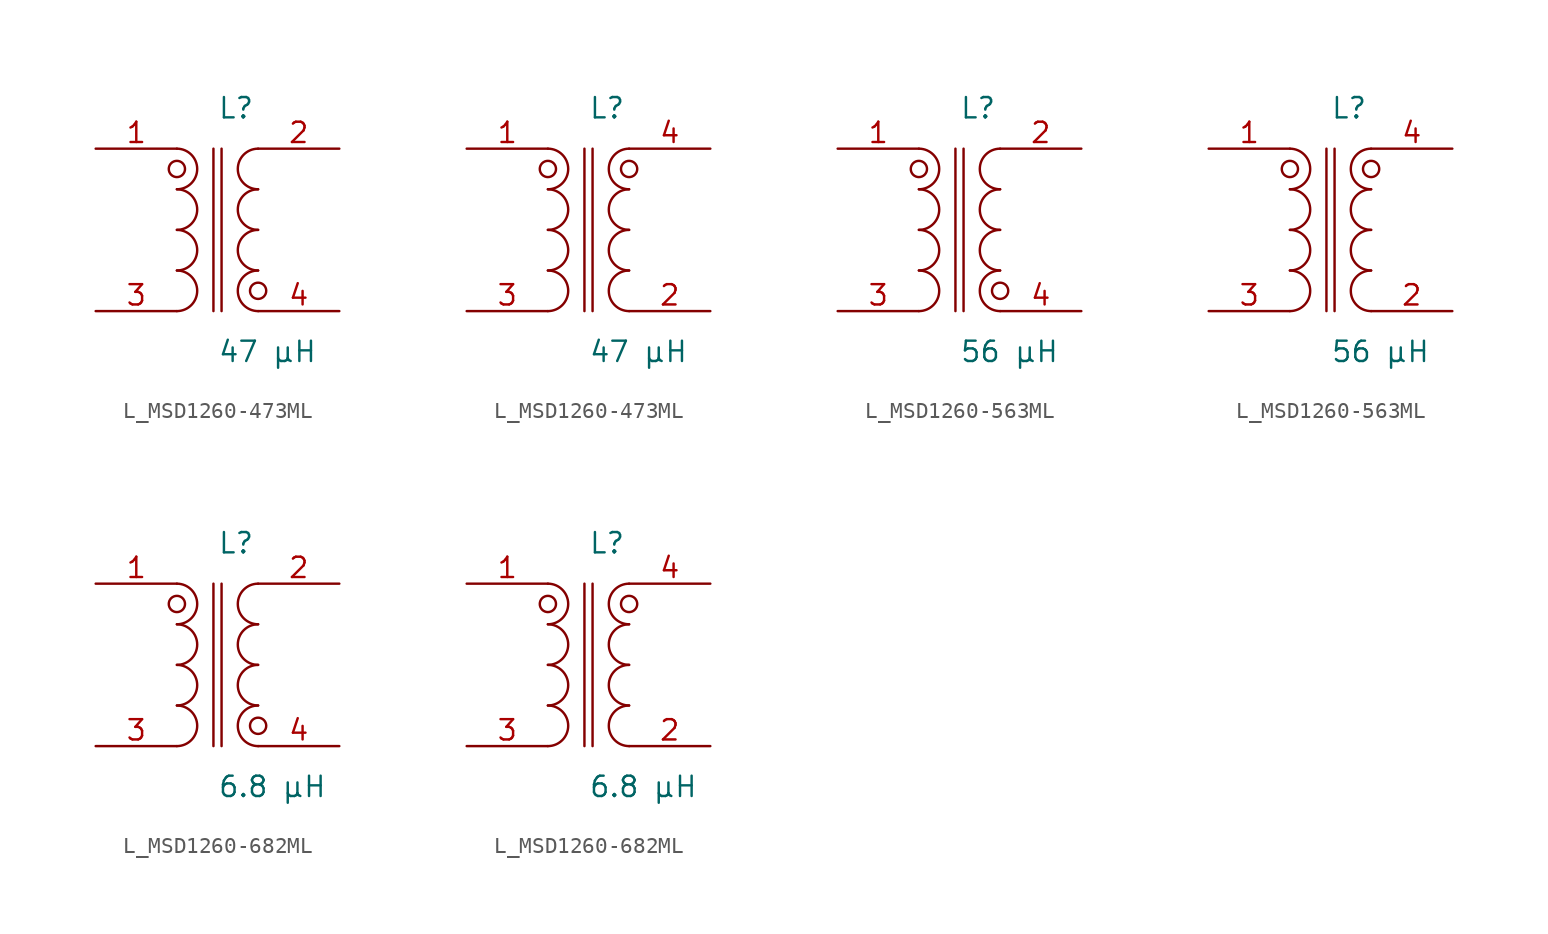
<source format=kicad_sym>
(kicad_symbol_lib
  (version 20231120)
  (generator kicad_symbol_editor)
  (generator_version 8.0)
  (symbol "L_MSD1260-473ML"
    (pin_names
      (offset 0.254))
    (property "Reference" "L"
      (at 0.0 7.62 0)
      (effects (font (size 1.27 1.27)) (justify left)))
    (property "Value" "47 µH"
      (at 0.0 -7.62 0)
      (effects (font (size 1.27 1.27)) (justify left)))
    (symbol "L_MSD1260-473ML_1_1"
      (arc (start -2.54 -5.08) (mid -1.27 -3.81) (end -2.54 -2.54) (stroke (width 0) (type default)) (fill (type none)))
      (arc (start -2.54 -2.54) (mid -1.27 -1.27) (end -2.54 0.0) (stroke (width 0) (type default)) (fill (type none)))
      (arc (start -2.54 0.0) (mid -1.27 1.27) (end -2.54 2.54) (stroke (width 0) (type default)) (fill (type none)))
      (arc (start -2.54 2.54) (mid -1.27 3.81) (end -2.54 5.08) (stroke (width 0) (type default)) (fill (type none)))
      (arc (start 2.54 -5.08) (mid 1.27 -3.81) (end 2.54 -2.54) (stroke (width 0) (type default)) (fill (type none)))
      (arc (start 2.54 -2.54) (mid 1.27 -1.27) (end 2.54 0.0) (stroke (width 0) (type default)) (fill (type none)))
      (arc (start 2.54 0.0) (mid 1.27 1.27) (end 2.54 2.54) (stroke (width 0) (type default)) (fill (type none)))
      (arc (start 2.54 2.54) (mid 1.27 3.81) (end 2.54 5.08) (stroke (width 0) (type default)) (fill (type none)))
      (circle (center -2.54 3.81) (radius 0.508) (stroke (width 0) (type default)) (fill (type none)))
      (circle (center 2.54 -3.81) (radius 0.508) (stroke (width 0) (type default)) (fill (type none)))
      (polyline (pts (xy -0.254 5.08) (xy -0.254 -5.08)) (stroke (width 0) (type default)) (fill (type none)))
      (polyline (pts (xy 0.254 5.08) (xy 0.254 -5.08)) (stroke (width 0) (type default)) (fill (type none)))
      (pin unspecified line (at -7.62 5.08 0) (length 5.08) (name "" (effects (font (size 1.27 1.27)))) (number "1" (effects (font (size 1.27 1.27)))))
      (pin unspecified line (at -7.62 -5.08 0) (length 5.08) (name "" (effects (font (size 1.27 1.27)))) (number "3" (effects (font (size 1.27 1.27)))))
      (pin unspecified line (at 7.62 5.08 180) (length 5.08) (name "" (effects (font (size 1.27 1.27)))) (number "2" (effects (font (size 1.27 1.27)))))
      (pin unspecified line (at 7.62 -5.08 180) (length 5.08) (name "" (effects (font (size 1.27 1.27)))) (number "4" (effects (font (size 1.27 1.27))))))
    (symbol "L_MSD1260-473ML_1_2"
      (arc (start -2.54 -5.08) (mid -1.27 -3.81) (end -2.54 -2.54) (stroke (width 0) (type default)) (fill (type none)))
      (arc (start -2.54 -2.54) (mid -1.27 -1.27) (end -2.54 0.0) (stroke (width 0) (type default)) (fill (type none)))
      (arc (start -2.54 0.0) (mid -1.27 1.27) (end -2.54 2.54) (stroke (width 0) (type default)) (fill (type none)))
      (arc (start -2.54 2.54) (mid -1.27 3.81) (end -2.54 5.08) (stroke (width 0) (type default)) (fill (type none)))
      (arc (start 2.54 -5.08) (mid 1.27 -3.81) (end 2.54 -2.54) (stroke (width 0) (type default)) (fill (type none)))
      (arc (start 2.54 -2.54) (mid 1.27 -1.27) (end 2.54 0.0) (stroke (width 0) (type default)) (fill (type none)))
      (arc (start 2.54 0.0) (mid 1.27 1.27) (end 2.54 2.54) (stroke (width 0) (type default)) (fill (type none)))
      (arc (start 2.54 2.54) (mid 1.27 3.81) (end 2.54 5.08) (stroke (width 0) (type default)) (fill (type none)))
      (circle (center -2.54 3.81) (radius 0.508) (stroke (width 0) (type default)) (fill (type none)))
      (circle (center 2.54 3.81) (radius 0.508) (stroke (width 0) (type default)) (fill (type none)))
      (polyline (pts (xy -0.254 5.08) (xy -0.254 -5.08)) (stroke (width 0) (type default)) (fill (type none)))
      (polyline (pts (xy 0.254 5.08) (xy 0.254 -5.08)) (stroke (width 0) (type default)) (fill (type none)))
      (pin unspecified line (at -7.62 5.08 0) (length 5.08) (name "" (effects (font (size 1.27 1.27)))) (number "1" (effects (font (size 1.27 1.27)))))
      (pin unspecified line (at -7.62 -5.08 0) (length 5.08) (name "" (effects (font (size 1.27 1.27)))) (number "3" (effects (font (size 1.27 1.27)))))
      (pin unspecified line (at 7.62 -5.08 180) (length 5.08) (name "" (effects (font (size 1.27 1.27)))) (number "2" (effects (font (size 1.27 1.27)))))
      (pin unspecified line (at 7.62 5.08 180) (length 5.08) (name "" (effects (font (size 1.27 1.27)))) (number "4" (effects (font (size 1.27 1.27)))))))
  (symbol "L_MSD1260-563ML"
    (pin_names
      (offset 0.254))
    (property "Reference" "L"
      (at 0.0 7.62 0)
      (effects (font (size 1.27 1.27)) (justify left)))
    (property "Value" "56 µH"
      (at 0.0 -7.62 0)
      (effects (font (size 1.27 1.27)) (justify left)))
    (symbol "L_MSD1260-563ML_1_1"
      (arc (start -2.54 -5.08) (mid -1.27 -3.81) (end -2.54 -2.54) (stroke (width 0) (type default)) (fill (type none)))
      (arc (start -2.54 -2.54) (mid -1.27 -1.27) (end -2.54 0.0) (stroke (width 0) (type default)) (fill (type none)))
      (arc (start -2.54 0.0) (mid -1.27 1.27) (end -2.54 2.54) (stroke (width 0) (type default)) (fill (type none)))
      (arc (start -2.54 2.54) (mid -1.27 3.81) (end -2.54 5.08) (stroke (width 0) (type default)) (fill (type none)))
      (arc (start 2.54 -5.08) (mid 1.27 -3.81) (end 2.54 -2.54) (stroke (width 0) (type default)) (fill (type none)))
      (arc (start 2.54 -2.54) (mid 1.27 -1.27) (end 2.54 0.0) (stroke (width 0) (type default)) (fill (type none)))
      (arc (start 2.54 0.0) (mid 1.27 1.27) (end 2.54 2.54) (stroke (width 0) (type default)) (fill (type none)))
      (arc (start 2.54 2.54) (mid 1.27 3.81) (end 2.54 5.08) (stroke (width 0) (type default)) (fill (type none)))
      (circle (center -2.54 3.81) (radius 0.508) (stroke (width 0) (type default)) (fill (type none)))
      (circle (center 2.54 -3.81) (radius 0.508) (stroke (width 0) (type default)) (fill (type none)))
      (polyline (pts (xy -0.254 5.08) (xy -0.254 -5.08)) (stroke (width 0) (type default)) (fill (type none)))
      (polyline (pts (xy 0.254 5.08) (xy 0.254 -5.08)) (stroke (width 0) (type default)) (fill (type none)))
      (pin unspecified line (at -7.62 5.08 0) (length 5.08) (name "" (effects (font (size 1.27 1.27)))) (number "1" (effects (font (size 1.27 1.27)))))
      (pin unspecified line (at -7.62 -5.08 0) (length 5.08) (name "" (effects (font (size 1.27 1.27)))) (number "3" (effects (font (size 1.27 1.27)))))
      (pin unspecified line (at 7.62 5.08 180) (length 5.08) (name "" (effects (font (size 1.27 1.27)))) (number "2" (effects (font (size 1.27 1.27)))))
      (pin unspecified line (at 7.62 -5.08 180) (length 5.08) (name "" (effects (font (size 1.27 1.27)))) (number "4" (effects (font (size 1.27 1.27))))))
    (symbol "L_MSD1260-563ML_1_2"
      (arc (start -2.54 -5.08) (mid -1.27 -3.81) (end -2.54 -2.54) (stroke (width 0) (type default)) (fill (type none)))
      (arc (start -2.54 -2.54) (mid -1.27 -1.27) (end -2.54 0.0) (stroke (width 0) (type default)) (fill (type none)))
      (arc (start -2.54 0.0) (mid -1.27 1.27) (end -2.54 2.54) (stroke (width 0) (type default)) (fill (type none)))
      (arc (start -2.54 2.54) (mid -1.27 3.81) (end -2.54 5.08) (stroke (width 0) (type default)) (fill (type none)))
      (arc (start 2.54 -5.08) (mid 1.27 -3.81) (end 2.54 -2.54) (stroke (width 0) (type default)) (fill (type none)))
      (arc (start 2.54 -2.54) (mid 1.27 -1.27) (end 2.54 0.0) (stroke (width 0) (type default)) (fill (type none)))
      (arc (start 2.54 0.0) (mid 1.27 1.27) (end 2.54 2.54) (stroke (width 0) (type default)) (fill (type none)))
      (arc (start 2.54 2.54) (mid 1.27 3.81) (end 2.54 5.08) (stroke (width 0) (type default)) (fill (type none)))
      (circle (center -2.54 3.81) (radius 0.508) (stroke (width 0) (type default)) (fill (type none)))
      (circle (center 2.54 3.81) (radius 0.508) (stroke (width 0) (type default)) (fill (type none)))
      (polyline (pts (xy -0.254 5.08) (xy -0.254 -5.08)) (stroke (width 0) (type default)) (fill (type none)))
      (polyline (pts (xy 0.254 5.08) (xy 0.254 -5.08)) (stroke (width 0) (type default)) (fill (type none)))
      (pin unspecified line (at -7.62 5.08 0) (length 5.08) (name "" (effects (font (size 1.27 1.27)))) (number "1" (effects (font (size 1.27 1.27)))))
      (pin unspecified line (at -7.62 -5.08 0) (length 5.08) (name "" (effects (font (size 1.27 1.27)))) (number "3" (effects (font (size 1.27 1.27)))))
      (pin unspecified line (at 7.62 -5.08 180) (length 5.08) (name "" (effects (font (size 1.27 1.27)))) (number "2" (effects (font (size 1.27 1.27)))))
      (pin unspecified line (at 7.62 5.08 180) (length 5.08) (name "" (effects (font (size 1.27 1.27)))) (number "4" (effects (font (size 1.27 1.27)))))))
  (symbol "L_MSD1260-682ML"
    (pin_names
      (offset 0.254))
    (property "Reference" "L"
      (at 0.0 7.62 0)
      (effects (font (size 1.27 1.27)) (justify left)))
    (property "Value" "6.8 µH"
      (at 0.0 -7.62 0)
      (effects (font (size 1.27 1.27)) (justify left)))
    (symbol "L_MSD1260-682ML_1_1"
      (arc (start -2.54 -5.08) (mid -1.27 -3.81) (end -2.54 -2.54) (stroke (width 0) (type default)) (fill (type none)))
      (arc (start -2.54 -2.54) (mid -1.27 -1.27) (end -2.54 0.0) (stroke (width 0) (type default)) (fill (type none)))
      (arc (start -2.54 0.0) (mid -1.27 1.27) (end -2.54 2.54) (stroke (width 0) (type default)) (fill (type none)))
      (arc (start -2.54 2.54) (mid -1.27 3.81) (end -2.54 5.08) (stroke (width 0) (type default)) (fill (type none)))
      (arc (start 2.54 -5.08) (mid 1.27 -3.81) (end 2.54 -2.54) (stroke (width 0) (type default)) (fill (type none)))
      (arc (start 2.54 -2.54) (mid 1.27 -1.27) (end 2.54 0.0) (stroke (width 0) (type default)) (fill (type none)))
      (arc (start 2.54 0.0) (mid 1.27 1.27) (end 2.54 2.54) (stroke (width 0) (type default)) (fill (type none)))
      (arc (start 2.54 2.54) (mid 1.27 3.81) (end 2.54 5.08) (stroke (width 0) (type default)) (fill (type none)))
      (circle (center -2.54 3.81) (radius 0.508) (stroke (width 0) (type default)) (fill (type none)))
      (circle (center 2.54 -3.81) (radius 0.508) (stroke (width 0) (type default)) (fill (type none)))
      (polyline (pts (xy -0.254 5.08) (xy -0.254 -5.08)) (stroke (width 0) (type default)) (fill (type none)))
      (polyline (pts (xy 0.254 5.08) (xy 0.254 -5.08)) (stroke (width 0) (type default)) (fill (type none)))
      (pin unspecified line (at -7.62 5.08 0) (length 5.08) (name "" (effects (font (size 1.27 1.27)))) (number "1" (effects (font (size 1.27 1.27)))))
      (pin unspecified line (at -7.62 -5.08 0) (length 5.08) (name "" (effects (font (size 1.27 1.27)))) (number "3" (effects (font (size 1.27 1.27)))))
      (pin unspecified line (at 7.62 5.08 180) (length 5.08) (name "" (effects (font (size 1.27 1.27)))) (number "2" (effects (font (size 1.27 1.27)))))
      (pin unspecified line (at 7.62 -5.08 180) (length 5.08) (name "" (effects (font (size 1.27 1.27)))) (number "4" (effects (font (size 1.27 1.27))))))
    (symbol "L_MSD1260-682ML_1_2"
      (arc (start -2.54 -5.08) (mid -1.27 -3.81) (end -2.54 -2.54) (stroke (width 0) (type default)) (fill (type none)))
      (arc (start -2.54 -2.54) (mid -1.27 -1.27) (end -2.54 0.0) (stroke (width 0) (type default)) (fill (type none)))
      (arc (start -2.54 0.0) (mid -1.27 1.27) (end -2.54 2.54) (stroke (width 0) (type default)) (fill (type none)))
      (arc (start -2.54 2.54) (mid -1.27 3.81) (end -2.54 5.08) (stroke (width 0) (type default)) (fill (type none)))
      (arc (start 2.54 -5.08) (mid 1.27 -3.81) (end 2.54 -2.54) (stroke (width 0) (type default)) (fill (type none)))
      (arc (start 2.54 -2.54) (mid 1.27 -1.27) (end 2.54 0.0) (stroke (width 0) (type default)) (fill (type none)))
      (arc (start 2.54 0.0) (mid 1.27 1.27) (end 2.54 2.54) (stroke (width 0) (type default)) (fill (type none)))
      (arc (start 2.54 2.54) (mid 1.27 3.81) (end 2.54 5.08) (stroke (width 0) (type default)) (fill (type none)))
      (circle (center -2.54 3.81) (radius 0.508) (stroke (width 0) (type default)) (fill (type none)))
      (circle (center 2.54 3.81) (radius 0.508) (stroke (width 0) (type default)) (fill (type none)))
      (polyline (pts (xy -0.254 5.08) (xy -0.254 -5.08)) (stroke (width 0) (type default)) (fill (type none)))
      (polyline (pts (xy 0.254 5.08) (xy 0.254 -5.08)) (stroke (width 0) (type default)) (fill (type none)))
      (pin unspecified line (at -7.62 5.08 0) (length 5.08) (name "" (effects (font (size 1.27 1.27)))) (number "1" (effects (font (size 1.27 1.27)))))
      (pin unspecified line (at -7.62 -5.08 0) (length 5.08) (name "" (effects (font (size 1.27 1.27)))) (number "3" (effects (font (size 1.27 1.27)))))
      (pin unspecified line (at 7.62 -5.08 180) (length 5.08) (name "" (effects (font (size 1.27 1.27)))) (number "2" (effects (font (size 1.27 1.27)))))
      (pin unspecified line (at 7.62 5.08 180) (length 5.08) (name "" (effects (font (size 1.27 1.27)))) (number "4" (effects (font (size 1.27 1.27))))))))
</source>
